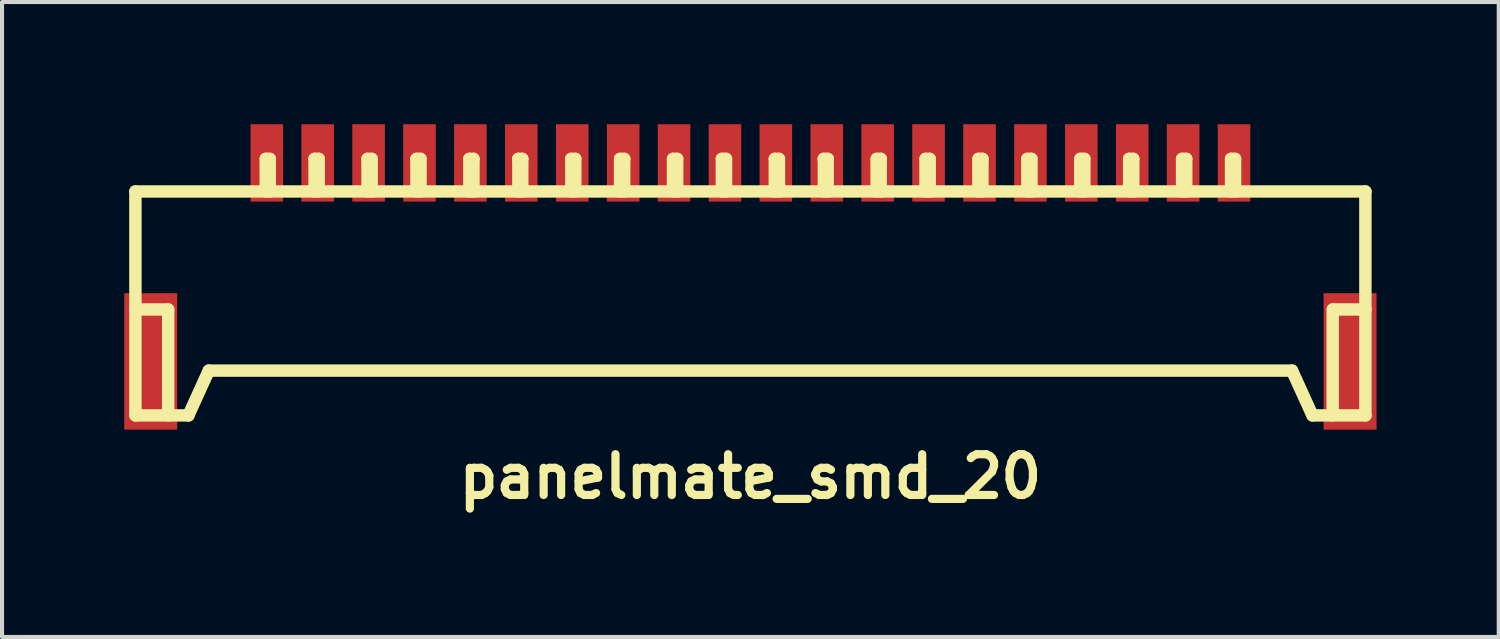
<source format=kicad_pcb>
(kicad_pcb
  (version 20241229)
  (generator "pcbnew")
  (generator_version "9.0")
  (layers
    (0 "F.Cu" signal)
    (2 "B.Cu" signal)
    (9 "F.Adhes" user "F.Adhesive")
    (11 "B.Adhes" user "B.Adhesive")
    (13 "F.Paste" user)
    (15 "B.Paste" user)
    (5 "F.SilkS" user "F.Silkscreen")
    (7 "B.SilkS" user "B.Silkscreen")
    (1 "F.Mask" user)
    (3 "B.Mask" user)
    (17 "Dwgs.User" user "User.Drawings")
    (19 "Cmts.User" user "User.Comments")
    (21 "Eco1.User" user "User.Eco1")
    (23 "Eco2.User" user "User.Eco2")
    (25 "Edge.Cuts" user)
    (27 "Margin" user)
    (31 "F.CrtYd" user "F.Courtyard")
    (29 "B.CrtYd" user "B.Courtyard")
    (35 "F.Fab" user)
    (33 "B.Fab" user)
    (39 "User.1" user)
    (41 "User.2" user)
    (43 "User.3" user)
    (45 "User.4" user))
  (footprint "panelmate_smd_20"
    (layer "F.Cu")
    (at 15.375 4.45)
    (property "Reference" "panelmate_smd_20" (at 0 4.201 0) (layer "F.SilkS") (effects (font (size 1.001 1.001) (thickness 0.201))))
    (attr smd)
    (fp_line (start -15.1 -2.799) (end -15.1 2.7) (stroke (width 0.305) (type solid)) (layer "F.SilkS"))
    (fp_line (start -15.098 0.099) (end -14.298 0.099) (stroke (width 0.305) (type solid)) (layer "F.SilkS"))
    (fp_line (start -14.295 0.099) (end -14.295 2.7) (stroke (width 0.305) (type solid)) (layer "F.SilkS"))
    (fp_line (start -13.8 2.7) (end -13.299 1.6) (stroke (width 0.305) (type solid)) (layer "F.SilkS"))
    (fp_line (start -13.797 2.7) (end -15.095 2.7) (stroke (width 0.305) (type solid)) (layer "F.SilkS"))
    (fp_line (start -13.299 1.6) (end 13.299 1.6) (stroke (width 0.305) (type solid)) (layer "F.SilkS"))
    (fp_line (start -11.9 -3.599) (end -11.9 -2.799) (stroke (width 0.305) (type solid)) (layer "F.SilkS"))
    (fp_line (start -11.801 -3.599) (end -11.9 -3.599) (stroke (width 0.305) (type solid)) (layer "F.SilkS"))
    (fp_line (start -11.801 -2.799) (end -11.801 -3.599) (stroke (width 0.305) (type solid)) (layer "F.SilkS"))
    (fp_line (start -10.701 -3.599) (end -10.599 -3.599) (stroke (width 0.305) (type solid)) (layer "F.SilkS"))
    (fp_line (start -10.701 -2.799) (end -10.701 -3.599) (stroke (width 0.305) (type solid)) (layer "F.SilkS"))
    (fp_line (start -10.599 -3.599) (end -10.599 -2.799) (stroke (width 0.305) (type solid)) (layer "F.SilkS"))
    (fp_line (start -9.401 -3.599) (end -9.401 -2.799) (stroke (width 0.305) (type solid)) (layer "F.SilkS"))
    (fp_line (start -9.299 -3.599) (end -9.401 -3.599) (stroke (width 0.305) (type solid)) (layer "F.SilkS"))
    (fp_line (start -9.299 -2.799) (end -9.299 -3.599) (stroke (width 0.305) (type solid)) (layer "F.SilkS"))
    (fp_line (start -8.199 -3.599) (end -8.1 -3.599) (stroke (width 0.305) (type solid)) (layer "F.SilkS"))
    (fp_line (start -8.199 -2.799) (end -8.199 -3.599) (stroke (width 0.305) (type solid)) (layer "F.SilkS"))
    (fp_line (start -8.1 -3.599) (end -8.1 -2.799) (stroke (width 0.305) (type solid)) (layer "F.SilkS"))
    (fp_line (start -6.901 -3.599) (end -6.901 -2.799) (stroke (width 0.305) (type solid)) (layer "F.SilkS"))
    (fp_line (start -6.8 -3.599) (end -6.901 -3.599) (stroke (width 0.305) (type solid)) (layer "F.SilkS"))
    (fp_line (start -6.8 -2.799) (end -6.8 -3.599) (stroke (width 0.305) (type solid)) (layer "F.SilkS"))
    (fp_line (start -5.702 -3.599) (end -5.601 -3.599) (stroke (width 0.305) (type solid)) (layer "F.SilkS"))
    (fp_line (start -5.697 -2.799) (end -5.697 -3.599) (stroke (width 0.305) (type solid)) (layer "F.SilkS"))
    (fp_line (start -5.601 -3.599) (end -5.601 -2.799) (stroke (width 0.305) (type solid)) (layer "F.SilkS"))
    (fp_line (start -4.402 -3.599) (end -4.3 -3.599) (stroke (width 0.305) (type solid)) (layer "F.SilkS"))
    (fp_line (start -4.397 -2.799) (end -4.397 -3.599) (stroke (width 0.305) (type solid)) (layer "F.SilkS"))
    (fp_line (start -4.3 -3.599) (end -4.3 -2.799) (stroke (width 0.305) (type solid)) (layer "F.SilkS"))
    (fp_line (start -3.2 -3.599) (end -3.2 -2.799) (stroke (width 0.305) (type solid)) (layer "F.SilkS"))
    (fp_line (start -3.099 -3.599) (end -3.099 -2.799) (stroke (width 0.305) (type solid)) (layer "F.SilkS"))
    (fp_line (start -3.096 -3.599) (end -3.198 -3.599) (stroke (width 0.305) (type solid)) (layer "F.SilkS"))
    (fp_line (start -1.9 -3.599) (end -1.798 -3.599) (stroke (width 0.305) (type solid)) (layer "F.SilkS"))
    (fp_line (start -1.9 -2.799) (end -1.9 -3.599) (stroke (width 0.305) (type solid)) (layer "F.SilkS"))
    (fp_line (start -1.798 -3.599) (end -1.798 -2.799) (stroke (width 0.305) (type solid)) (layer "F.SilkS"))
    (fp_line (start -0.701 -3.599) (end -0.599 -3.599) (stroke (width 0.305) (type solid)) (layer "F.SilkS"))
    (fp_line (start -0.701 -2.799) (end -0.701 -3.599) (stroke (width 0.305) (type solid)) (layer "F.SilkS"))
    (fp_line (start -0.599 -3.599) (end -0.599 -2.799) (stroke (width 0.305) (type solid)) (layer "F.SilkS"))
    (fp_line (start 0.599 -3.599) (end 0.599 -2.799) (stroke (width 0.305) (type solid)) (layer "F.SilkS"))
    (fp_line (start 0.701 -3.599) (end 0.599 -3.599) (stroke (width 0.305) (type solid)) (layer "F.SilkS"))
    (fp_line (start 0.701 -2.799) (end 0.701 -3.599) (stroke (width 0.305) (type solid)) (layer "F.SilkS"))
    (fp_line (start 1.803 -3.599) (end 1.803 -2.799) (stroke (width 0.305) (type solid)) (layer "F.SilkS"))
    (fp_line (start 1.897 -3.599) (end 1.897 -2.799) (stroke (width 0.305) (type solid)) (layer "F.SilkS"))
    (fp_line (start 1.9 -3.599) (end 1.798 -3.599) (stroke (width 0.305) (type solid)) (layer "F.SilkS"))
    (fp_line (start 3.099 -3.599) (end 3.099 -2.799) (stroke (width 0.305) (type solid)) (layer "F.SilkS"))
    (fp_line (start 3.104 -3.599) (end 3.203 -3.599) (stroke (width 0.305) (type solid)) (layer "F.SilkS"))
    (fp_line (start 3.2 -2.799) (end 3.2 -3.599) (stroke (width 0.305) (type solid)) (layer "F.SilkS"))
    (fp_line (start 4.3 -3.599) (end 4.3 -2.799) (stroke (width 0.305) (type solid)) (layer "F.SilkS"))
    (fp_line (start 4.402 -2.799) (end 4.402 -3.599) (stroke (width 0.305) (type solid)) (layer "F.SilkS"))
    (fp_line (start 4.404 -3.599) (end 4.303 -3.599) (stroke (width 0.305) (type solid)) (layer "F.SilkS"))
    (fp_line (start 5.598 -3.599) (end 5.598 -2.799) (stroke (width 0.305) (type solid)) (layer "F.SilkS"))
    (fp_line (start 5.601 -3.599) (end 5.7 -3.599) (stroke (width 0.305) (type solid)) (layer "F.SilkS"))
    (fp_line (start 5.697 -2.799) (end 5.697 -3.599) (stroke (width 0.305) (type solid)) (layer "F.SilkS"))
    (fp_line (start 6.8 -3.599) (end 6.901 -3.599) (stroke (width 0.305) (type solid)) (layer "F.SilkS"))
    (fp_line (start 6.8 -2.799) (end 6.8 -3.599) (stroke (width 0.305) (type solid)) (layer "F.SilkS"))
    (fp_line (start 6.901 -3.599) (end 6.901 -2.799) (stroke (width 0.305) (type solid)) (layer "F.SilkS"))
    (fp_line (start 8.1 -3.599) (end 8.1 -2.799) (stroke (width 0.305) (type solid)) (layer "F.SilkS"))
    (fp_line (start 8.199 -3.599) (end 8.1 -3.599) (stroke (width 0.305) (type solid)) (layer "F.SilkS"))
    (fp_line (start 8.199 -2.799) (end 8.199 -3.599) (stroke (width 0.305) (type solid)) (layer "F.SilkS"))
    (fp_line (start 9.299 -3.599) (end 9.401 -3.599) (stroke (width 0.305) (type solid)) (layer "F.SilkS"))
    (fp_line (start 9.299 -2.799) (end 9.299 -3.599) (stroke (width 0.305) (type solid)) (layer "F.SilkS"))
    (fp_line (start 9.401 -3.599) (end 9.401 -2.799) (stroke (width 0.305) (type solid)) (layer "F.SilkS"))
    (fp_line (start 10.599 -3.599) (end 10.701 -3.599) (stroke (width 0.305) (type solid)) (layer "F.SilkS"))
    (fp_line (start 10.599 -2.799) (end 10.599 -3.599) (stroke (width 0.305) (type solid)) (layer "F.SilkS"))
    (fp_line (start 10.701 -3.599) (end 10.701 -2.799) (stroke (width 0.305) (type solid)) (layer "F.SilkS"))
    (fp_line (start 11.801 -3.599) (end 11.9 -3.599) (stroke (width 0.305) (type solid)) (layer "F.SilkS"))
    (fp_line (start 11.801 -2.799) (end 11.801 -3.599) (stroke (width 0.305) (type solid)) (layer "F.SilkS"))
    (fp_line (start 11.9 -3.599) (end 11.9 -2.799) (stroke (width 0.305) (type solid)) (layer "F.SilkS"))
    (fp_line (start 13.299 1.6) (end 13.8 2.7) (stroke (width 0.305) (type solid)) (layer "F.SilkS"))
    (fp_line (start 13.805 2.7) (end 15.103 2.7) (stroke (width 0.305) (type solid)) (layer "F.SilkS"))
    (fp_line (start 14.298 0.097) (end 14.298 2.697) (stroke (width 0.305) (type solid)) (layer "F.SilkS"))
    (fp_line (start 15.1 -2.799) (end -15.1 -2.799) (stroke (width 0.305) (type solid)) (layer "F.SilkS"))
    (fp_line (start 15.1 -2.799) (end 15.1 2.7) (stroke (width 0.305) (type solid)) (layer "F.SilkS"))
    (fp_line (start 15.103 0.099) (end 14.303 0.099) (stroke (width 0.305) (type solid)) (layer "F.SilkS"))
    (pad "1" smd rect (at -11.874 -3.5) (size 0.8 1.9) (layers "F.Cu" "F.Mask" "F.Paste"))
    (pad "2" smd rect (at -10.625 -3.5) (size 0.8 1.9) (layers "F.Cu" "F.Mask" "F.Paste"))
    (pad "3" smd rect (at -9.375 -3.5) (size 0.8 1.9) (layers "F.Cu" "F.Mask" "F.Paste"))
    (pad "4" smd rect (at -8.125 -3.5) (size 0.8 1.9) (layers "F.Cu" "F.Mask" "F.Paste"))
    (pad "5" smd rect (at -6.876 -3.5) (size 0.8 1.9) (layers "F.Cu" "F.Mask" "F.Paste"))
    (pad "6" smd rect (at -5.626 -3.5) (size 0.8 1.9) (layers "F.Cu" "F.Mask" "F.Paste"))
    (pad "7" smd rect (at -4.374 -3.5) (size 0.8 1.9) (layers "F.Cu" "F.Mask" "F.Paste"))
    (pad "8" smd rect (at -3.124 -3.5) (size 0.8 1.9) (layers "F.Cu" "F.Mask" "F.Paste"))
    (pad "9" smd rect (at -1.875 -3.5) (size 0.8 1.9) (layers "F.Cu" "F.Mask" "F.Paste"))
    (pad "10" smd rect (at -0.625 -3.5) (size 0.8 1.9) (layers "F.Cu" "F.Mask" "F.Paste"))
    (pad "11" smd rect (at 0.625 -3.5) (size 0.8 1.9) (layers "F.Cu" "F.Mask" "F.Paste"))
    (pad "12" smd rect (at 1.875 -3.5) (size 0.8 1.9) (layers "F.Cu" "F.Mask" "F.Paste"))
    (pad "13" smd rect (at 3.124 -3.5) (size 0.8 1.9) (layers "F.Cu" "F.Mask" "F.Paste"))
    (pad "14" smd rect (at 4.374 -3.5) (size 0.8 1.9) (layers "F.Cu" "F.Mask" "F.Paste"))
    (pad "15" smd rect (at 5.626 -3.5) (size 0.8 1.9) (layers "F.Cu" "F.Mask" "F.Paste"))
    (pad "16" smd rect (at 6.876 -3.5) (size 0.8 1.9) (layers "F.Cu" "F.Mask" "F.Paste"))
    (pad "17" smd rect (at 8.125 -3.5) (size 0.8 1.9) (layers "F.Cu" "F.Mask" "F.Paste"))
    (pad "18" smd rect (at 9.375 -3.5) (size 0.8 1.9) (layers "F.Cu" "F.Mask" "F.Paste"))
    (pad "19" smd rect (at 10.625 -3.5) (size 0.8 1.9) (layers "F.Cu" "F.Mask" "F.Paste"))
    (pad "20" smd rect (at 11.874 -3.5) (size 0.8 1.9) (layers "F.Cu" "F.Mask" "F.Paste"))
    (pad "21" smd rect (at -14.724 1.374) (size 1.3 3.35) (layers "F.Cu" "F.Mask" "F.Paste"))
    (pad "21" smd rect (at 14.724 1.374) (size 1.3 3.35) (layers "F.Cu" "F.Mask" "F.Paste")))
  (gr_rect
    (start -3 -3)
    (end 33.749 12.589)
    (stroke (width 0.1) (type default))
    (fill no)
    (layer "Edge.Cuts")))
</source>
